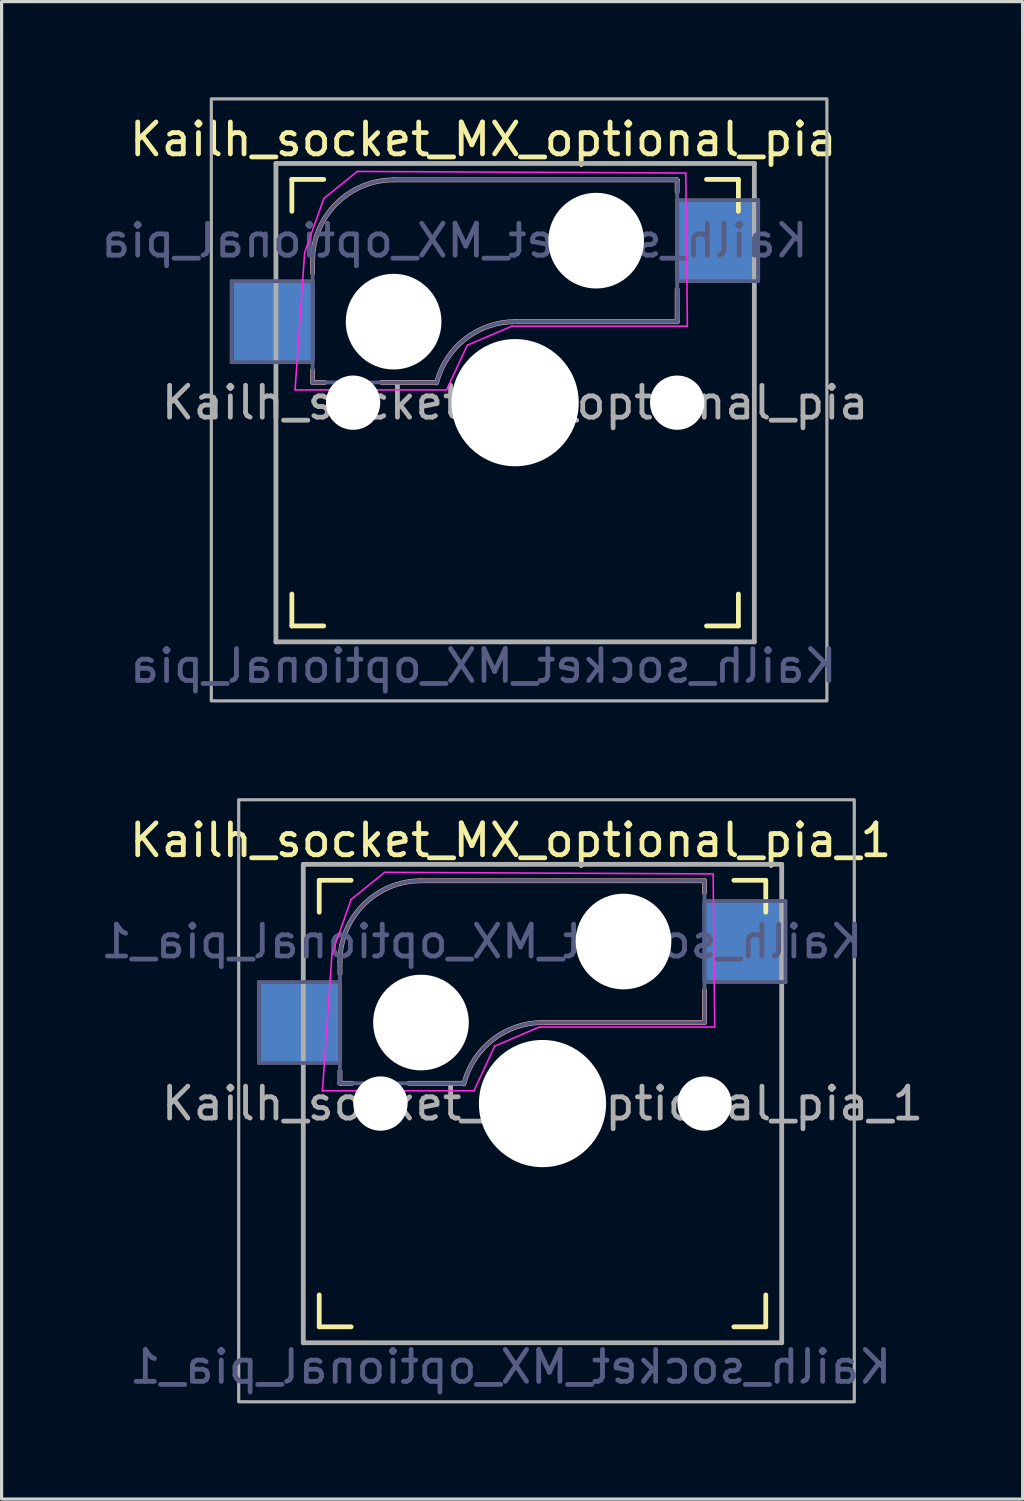
<source format=kicad_pcb>
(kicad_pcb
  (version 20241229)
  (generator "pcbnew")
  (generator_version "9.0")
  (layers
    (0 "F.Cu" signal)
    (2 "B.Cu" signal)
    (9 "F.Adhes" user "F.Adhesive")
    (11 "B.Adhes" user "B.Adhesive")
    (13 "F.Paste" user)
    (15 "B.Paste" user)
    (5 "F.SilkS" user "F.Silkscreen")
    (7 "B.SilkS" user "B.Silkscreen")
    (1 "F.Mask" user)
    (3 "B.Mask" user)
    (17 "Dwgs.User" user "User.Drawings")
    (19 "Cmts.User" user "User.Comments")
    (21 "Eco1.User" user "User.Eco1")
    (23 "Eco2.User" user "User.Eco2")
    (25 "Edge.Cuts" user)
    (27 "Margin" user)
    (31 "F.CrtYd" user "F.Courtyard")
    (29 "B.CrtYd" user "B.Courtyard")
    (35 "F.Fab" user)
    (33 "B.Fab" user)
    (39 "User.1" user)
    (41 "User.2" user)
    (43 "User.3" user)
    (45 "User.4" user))
  (footprint "Kailh_socket_MX_optional_pia"
    (layer "F.Cu")
    (at 12.101 9.575)
    (property "Reference" "Kailh_socket_MX_optional_pia" (at 0 -8.255 0) (layer "F.SilkS") (effects (font (size 1 1) (thickness 0.15))))
    (property "Value" "Kailh_socket_MX_optional_pia" (at 0 8.255 0) (layer "F.Fab") (hide yes) (effects (font (size 1 1) (thickness 0.15))))
    (attr smd)
    (fp_line (start -6 -6) (end -6 -7) (stroke (width 0.15) (type solid)) (layer "F.SilkS"))
    (fp_line (start -6 7) (end -6 6) (stroke (width 0.15) (type solid)) (layer "F.SilkS"))
    (fp_line (start -6 7) (end -5 7) (stroke (width 0.15) (type solid)) (layer "F.SilkS"))
    (fp_line (start -5 -7) (end -6 -7) (stroke (width 0.15) (type solid)) (layer "F.SilkS"))
    (fp_line (start 7 7) (end 8 7) (stroke (width 0.15) (type solid)) (layer "F.SilkS"))
    (fp_line (start 8 -7) (end 7 -7) (stroke (width 0.15) (type solid)) (layer "F.SilkS"))
    (fp_line (start 8 -7) (end 8 -6) (stroke (width 0.15) (type solid)) (layer "F.SilkS"))
    (fp_line (start 8 6) (end 8 7) (stroke (width 0.15) (type solid)) (layer "F.SilkS"))
    (fp_line (start -5.35 -4.445) (end -5.35 -4.064) (stroke (width 0.15) (type solid)) (layer "B.SilkS"))
    (fp_line (start -5.35 -1.016) (end -5.35 -0.635) (stroke (width 0.15) (type solid)) (layer "B.SilkS"))
    (fp_line (start -5.35 -0.635) (end -4.969 -0.635) (stroke (width 0.15) (type solid)) (layer "B.SilkS"))
    (fp_line (start -3.191 -0.635) (end -1.54 -0.635) (stroke (width 0.15) (type solid)) (layer "B.SilkS"))
    (fp_line (start 1 -2.54) (end 6.08 -2.54) (stroke (width 0.15) (type solid)) (layer "B.SilkS"))
    (fp_line (start 6.08 -6.985) (end -2.81 -6.985) (stroke (width 0.15) (type solid)) (layer "B.SilkS"))
    (fp_line (start 6.08 -6.604) (end 6.08 -6.985) (stroke (width 0.15) (type solid)) (layer "B.SilkS"))
    (fp_line (start 6.08 -2.54) (end 6.08 -3.556) (stroke (width 0.15) (type solid)) (layer "B.SilkS"))
    (fp_arc (start -5.35 -4.445) (mid -4.606051 -6.241051) (end -2.81 -6.985) (stroke (width 0.15) (type solid)) (layer "B.SilkS"))
    (fp_arc (start -1.464162 -0.61604) (mid -0.563147 -2.002042) (end 1 -2.54) (stroke (width 0.15) (type solid)) (layer "B.SilkS"))
    (fp_line (start -5.9 6.9) (end -5.9 -6.9) (stroke (width 0.15) (type solid)) (layer "Eco2.User"))
    (fp_line (start -5.9 6.9) (end 7.9 6.9) (stroke (width 0.15) (type solid)) (layer "Eco2.User"))
    (fp_line (start 7.9 -6.9) (end -5.9 -6.9) (stroke (width 0.15) (type solid)) (layer "Eco2.User"))
    (fp_line (start 7.9 -6.9) (end 7.9 6.9) (stroke (width 0.15) (type solid)) (layer "Eco2.User"))
    (fp_line (start -5.9 -0.4) (end -1.15 -0.4) (stroke (width 0.05) (type default)) (layer "F.CrtYd"))
    (fp_line (start -5.6 -4.7) (end -5.9 -0.4) (stroke (width 0.05) (type default)) (layer "F.CrtYd"))
    (fp_line (start -5 -6.4) (end -5.6 -4.7) (stroke (width 0.05) (type default)) (layer "F.CrtYd"))
    (fp_line (start -3.95 -7.25) (end -5 -6.4) (stroke (width 0.05) (type default)) (layer "F.CrtYd"))
    (fp_line (start -1.15 -0.4) (end -0.5 -1.8) (stroke (width 0.05) (type default)) (layer "F.CrtYd"))
    (fp_line (start -0.5 -1.8) (end 0.9 -2.4) (stroke (width 0.05) (type default)) (layer "F.CrtYd"))
    (fp_line (start 0.9 -2.4) (end 6.4 -2.4) (stroke (width 0.05) (type default)) (layer "F.CrtYd"))
    (fp_line (start 6.35 -7.2) (end -3.95 -7.25) (stroke (width 0.05) (type default)) (layer "F.CrtYd"))
    (fp_line (start 6.4 -2.4) (end 6.35 -7.2) (stroke (width 0.05) (type default)) (layer "F.CrtYd"))
    (fp_line (start -7.89 -3.81) (end -7.89 -1.27) (stroke (width 0.12) (type solid)) (layer "B.Fab"))
    (fp_line (start -7.89 -1.27) (end -5.35 -1.27) (stroke (width 0.12) (type solid)) (layer "B.Fab"))
    (fp_line (start -5.35 -4.445) (end -5.35 -0.635) (stroke (width 0.12) (type solid)) (layer "B.Fab"))
    (fp_line (start -5.35 -3.81) (end -7.89 -3.81) (stroke (width 0.12) (type solid)) (layer "B.Fab"))
    (fp_line (start -5.35 -0.635) (end -1.54 -0.635) (stroke (width 0.12) (type solid)) (layer "B.Fab"))
    (fp_line (start 1 -2.54) (end 6.08 -2.54) (stroke (width 0.12) (type solid)) (layer "B.Fab"))
    (fp_line (start 6.08 -6.985) (end -2.81 -6.985) (stroke (width 0.12) (type solid)) (layer "B.Fab"))
    (fp_line (start 6.08 -3.81) (end 8.62 -3.81) (stroke (width 0.12) (type solid)) (layer "B.Fab"))
    (fp_line (start 6.08 -2.54) (end 6.08 -6.985) (stroke (width 0.12) (type solid)) (layer "B.Fab"))
    (fp_line (start 8.62 -6.35) (end 6.08 -6.35) (stroke (width 0.12) (type solid)) (layer "B.Fab"))
    (fp_line (start 8.62 -3.81) (end 8.62 -6.35) (stroke (width 0.12) (type solid)) (layer "B.Fab"))
    (fp_arc (start -5.35 -4.445) (mid -4.606051 -6.241051) (end -2.81 -6.985) (stroke (width 0.12) (type solid)) (layer "B.Fab"))
    (fp_arc (start -1.464162 -0.61604) (mid -0.563147 -2.002042) (end 1 -2.54) (stroke (width 0.12) (type solid)) (layer "B.Fab"))
    (fp_line (start -6.5 -7.5) (end 8.5 -7.5) (stroke (width 0.15) (type solid)) (layer "F.Fab"))
    (fp_line (start -6.5 7.5) (end -6.5 -7.5) (stroke (width 0.15) (type solid)) (layer "F.Fab"))
    (fp_line (start 8.5 -7.5) (end 8.5 7.5) (stroke (width 0.15) (type solid)) (layer "F.Fab"))
    (fp_line (start 8.5 7.5) (end -6.5 7.5) (stroke (width 0.15) (type solid)) (layer "F.Fab"))
    (fp_rect (start -8.525 -9.525) (end 10.775 9.35) (stroke (width 0.1) (type default)) (fill no) (layer "F.Fab"))
    (fp_text user "${REFERENCE}" (at -0.905 -5.08 180) (layer "B.Fab") (effects (font (size 1 1) (thickness 0.15)) (justify mirror)))
    (fp_text user "${VALUE}" (at 0 8.255 0) (layer "B.Fab") (effects (font (size 1 1) (thickness 0.15)) (justify mirror)))
    (fp_text user "${REFERENCE}" (at 1 0 180) (layer "F.Fab") (effects (font (size 1 1) (thickness 0.15))))
    (pad "" np_thru_hole circle (at -4.08 0 180) (size 1.702 1.702) (drill 1.702) (layers "*.Cu" "*.Mask"))
    (pad "" np_thru_hole circle (at -2.81 -2.54 180) (size 3 3) (drill 3) (layers "*.Cu" "*.Mask"))
    (pad "" np_thru_hole circle (at 1 0 180) (size 3.988 3.988) (drill 3.988) (layers "*.Cu" "*.Mask"))
    (pad "" np_thru_hole circle (at 3.54 -5.08 180) (size 3 3) (drill 3) (layers "*.Cu" "*.Mask"))
    (pad "" np_thru_hole circle (at 6.08 0 180) (size 1.702 1.702) (drill 1.702) (layers "*.Cu" "*.Mask"))
    (pad "1" smd rect (at 7.29 -5.08 180) (size 2.55 2.5) (layers "B.Cu" "B.Mask" "B.Paste"))
    (pad "2" smd rect (at -6.56 -2.54 180) (size 2.55 2.5) (layers "B.Cu" "B.Mask" "B.Paste")))
  (footprint "Kailh_socket_MX_optional_pia_1"
    (layer "F.Cu")
    (at 12.959 31.55)
    (property "Reference" "Kailh_socket_MX_optional_pia_1" (at 0 -8.255 0) (layer "F.SilkS") (effects (font (size 1 1) (thickness 0.15))))
    (property "Value" "Kailh_socket_MX_optional_pia_1" (at 0 8.255 0) (layer "F.Fab") (hide yes) (effects (font (size 1 1) (thickness 0.15))))
    (attr smd)
    (fp_line (start -6 -6) (end -6 -7) (stroke (width 0.15) (type solid)) (layer "F.SilkS"))
    (fp_line (start -6 7) (end -6 6) (stroke (width 0.15) (type solid)) (layer "F.SilkS"))
    (fp_line (start -6 7) (end -5 7) (stroke (width 0.15) (type solid)) (layer "F.SilkS"))
    (fp_line (start -5 -7) (end -6 -7) (stroke (width 0.15) (type solid)) (layer "F.SilkS"))
    (fp_line (start 7 7) (end 8 7) (stroke (width 0.15) (type solid)) (layer "F.SilkS"))
    (fp_line (start 8 -7) (end 7 -7) (stroke (width 0.15) (type solid)) (layer "F.SilkS"))
    (fp_line (start 8 -7) (end 8 -6) (stroke (width 0.15) (type solid)) (layer "F.SilkS"))
    (fp_line (start 8 6) (end 8 7) (stroke (width 0.15) (type solid)) (layer "F.SilkS"))
    (fp_line (start -5.35 -4.445) (end -5.35 -4.064) (stroke (width 0.15) (type solid)) (layer "B.SilkS"))
    (fp_line (start -5.35 -1.016) (end -5.35 -0.635) (stroke (width 0.15) (type solid)) (layer "B.SilkS"))
    (fp_line (start -5.35 -0.635) (end -4.969 -0.635) (stroke (width 0.15) (type solid)) (layer "B.SilkS"))
    (fp_line (start -3.191 -0.635) (end -1.54 -0.635) (stroke (width 0.15) (type solid)) (layer "B.SilkS"))
    (fp_line (start 1 -2.54) (end 6.08 -2.54) (stroke (width 0.15) (type solid)) (layer "B.SilkS"))
    (fp_line (start 6.08 -6.985) (end -2.81 -6.985) (stroke (width 0.15) (type solid)) (layer "B.SilkS"))
    (fp_line (start 6.08 -6.604) (end 6.08 -6.985) (stroke (width 0.15) (type solid)) (layer "B.SilkS"))
    (fp_line (start 6.08 -2.54) (end 6.08 -3.556) (stroke (width 0.15) (type solid)) (layer "B.SilkS"))
    (fp_arc (start -5.35 -4.445) (mid -4.606051 -6.241051) (end -2.81 -6.985) (stroke (width 0.15) (type solid)) (layer "B.SilkS"))
    (fp_arc (start -1.464162 -0.61604) (mid -0.563147 -2.002042) (end 1 -2.54) (stroke (width 0.15) (type solid)) (layer "B.SilkS"))
    (fp_line (start -5.9 6.9) (end -5.9 -6.9) (stroke (width 0.15) (type solid)) (layer "Eco2.User"))
    (fp_line (start -5.9 6.9) (end 7.9 6.9) (stroke (width 0.15) (type solid)) (layer "Eco2.User"))
    (fp_line (start 7.9 -6.9) (end -5.9 -6.9) (stroke (width 0.15) (type solid)) (layer "Eco2.User"))
    (fp_line (start 7.9 -6.9) (end 7.9 6.9) (stroke (width 0.15) (type solid)) (layer "Eco2.User"))
    (fp_line (start -5.9 -0.4) (end -1.15 -0.4) (stroke (width 0.05) (type default)) (layer "F.CrtYd"))
    (fp_line (start -5.6 -4.7) (end -5.9 -0.4) (stroke (width 0.05) (type default)) (layer "F.CrtYd"))
    (fp_line (start -5 -6.4) (end -5.6 -4.7) (stroke (width 0.05) (type default)) (layer "F.CrtYd"))
    (fp_line (start -3.95 -7.25) (end -5 -6.4) (stroke (width 0.05) (type default)) (layer "F.CrtYd"))
    (fp_line (start -1.15 -0.4) (end -0.5 -1.8) (stroke (width 0.05) (type default)) (layer "F.CrtYd"))
    (fp_line (start -0.5 -1.8) (end 0.9 -2.4) (stroke (width 0.05) (type default)) (layer "F.CrtYd"))
    (fp_line (start 0.9 -2.4) (end 6.4 -2.4) (stroke (width 0.05) (type default)) (layer "F.CrtYd"))
    (fp_line (start 6.35 -7.2) (end -3.95 -7.25) (stroke (width 0.05) (type default)) (layer "F.CrtYd"))
    (fp_line (start 6.4 -2.4) (end 6.35 -7.2) (stroke (width 0.05) (type default)) (layer "F.CrtYd"))
    (fp_line (start -7.89 -3.81) (end -7.89 -1.27) (stroke (width 0.12) (type solid)) (layer "B.Fab"))
    (fp_line (start -7.89 -1.27) (end -5.35 -1.27) (stroke (width 0.12) (type solid)) (layer "B.Fab"))
    (fp_line (start -5.35 -4.445) (end -5.35 -0.635) (stroke (width 0.12) (type solid)) (layer "B.Fab"))
    (fp_line (start -5.35 -3.81) (end -7.89 -3.81) (stroke (width 0.12) (type solid)) (layer "B.Fab"))
    (fp_line (start -5.35 -0.635) (end -1.54 -0.635) (stroke (width 0.12) (type solid)) (layer "B.Fab"))
    (fp_line (start 1 -2.54) (end 6.08 -2.54) (stroke (width 0.12) (type solid)) (layer "B.Fab"))
    (fp_line (start 6.08 -6.985) (end -2.81 -6.985) (stroke (width 0.12) (type solid)) (layer "B.Fab"))
    (fp_line (start 6.08 -3.81) (end 8.62 -3.81) (stroke (width 0.12) (type solid)) (layer "B.Fab"))
    (fp_line (start 6.08 -2.54) (end 6.08 -6.985) (stroke (width 0.12) (type solid)) (layer "B.Fab"))
    (fp_line (start 8.62 -6.35) (end 6.08 -6.35) (stroke (width 0.12) (type solid)) (layer "B.Fab"))
    (fp_line (start 8.62 -3.81) (end 8.62 -6.35) (stroke (width 0.12) (type solid)) (layer "B.Fab"))
    (fp_arc (start -5.35 -4.445) (mid -4.606051 -6.241051) (end -2.81 -6.985) (stroke (width 0.12) (type solid)) (layer "B.Fab"))
    (fp_arc (start -1.464162 -0.61604) (mid -0.563147 -2.002042) (end 1 -2.54) (stroke (width 0.12) (type solid)) (layer "B.Fab"))
    (fp_line (start -6.5 -7.5) (end 8.5 -7.5) (stroke (width 0.15) (type solid)) (layer "F.Fab"))
    (fp_line (start -6.5 7.5) (end -6.5 -7.5) (stroke (width 0.15) (type solid)) (layer "F.Fab"))
    (fp_line (start 8.5 -7.5) (end 8.5 7.5) (stroke (width 0.15) (type solid)) (layer "F.Fab"))
    (fp_line (start 8.5 7.5) (end -6.5 7.5) (stroke (width 0.15) (type solid)) (layer "F.Fab"))
    (fp_rect (start -8.525 -9.525) (end 10.775 9.35) (stroke (width 0.1) (type default)) (fill no) (layer "F.Fab"))
    (fp_text user "${REFERENCE}" (at -0.905 -5.08 180) (layer "B.Fab") (effects (font (size 1 1) (thickness 0.15)) (justify mirror)))
    (fp_text user "${VALUE}" (at 0 8.255 0) (layer "B.Fab") (effects (font (size 1 1) (thickness 0.15)) (justify mirror)))
    (fp_text user "${REFERENCE}" (at 1 0 180) (layer "F.Fab") (effects (font (size 1 1) (thickness 0.15))))
    (pad "" np_thru_hole circle (at -4.08 0 180) (size 1.702 1.702) (drill 1.702) (layers "*.Cu" "*.Mask"))
    (pad "" np_thru_hole circle (at -2.81 -2.54 180) (size 3 3) (drill 3) (layers "*.Cu" "*.Mask"))
    (pad "" np_thru_hole circle (at 1 0 180) (size 3.988 3.988) (drill 3.988) (layers "*.Cu" "*.Mask"))
    (pad "" np_thru_hole circle (at 3.54 -5.08 180) (size 3 3) (drill 3) (layers "*.Cu" "*.Mask"))
    (pad "" np_thru_hole circle (at 6.08 0 180) (size 1.702 1.702) (drill 1.702) (layers "*.Cu" "*.Mask"))
    (pad "1" smd rect (at 7.29 -5.08 180) (size 2.55 2.5) (layers "B.Cu" "B.Mask" "B.Paste"))
    (pad "2" smd rect (at -6.56 -2.54 180) (size 2.55 2.5) (layers "B.Cu" "B.Mask" "B.Paste")))
  (gr_rect
    (start -3 -3)
    (end 29.012 43.95)
    (stroke (width 0.1) (type default))
    (fill no)
    (layer "Edge.Cuts")))
</source>
